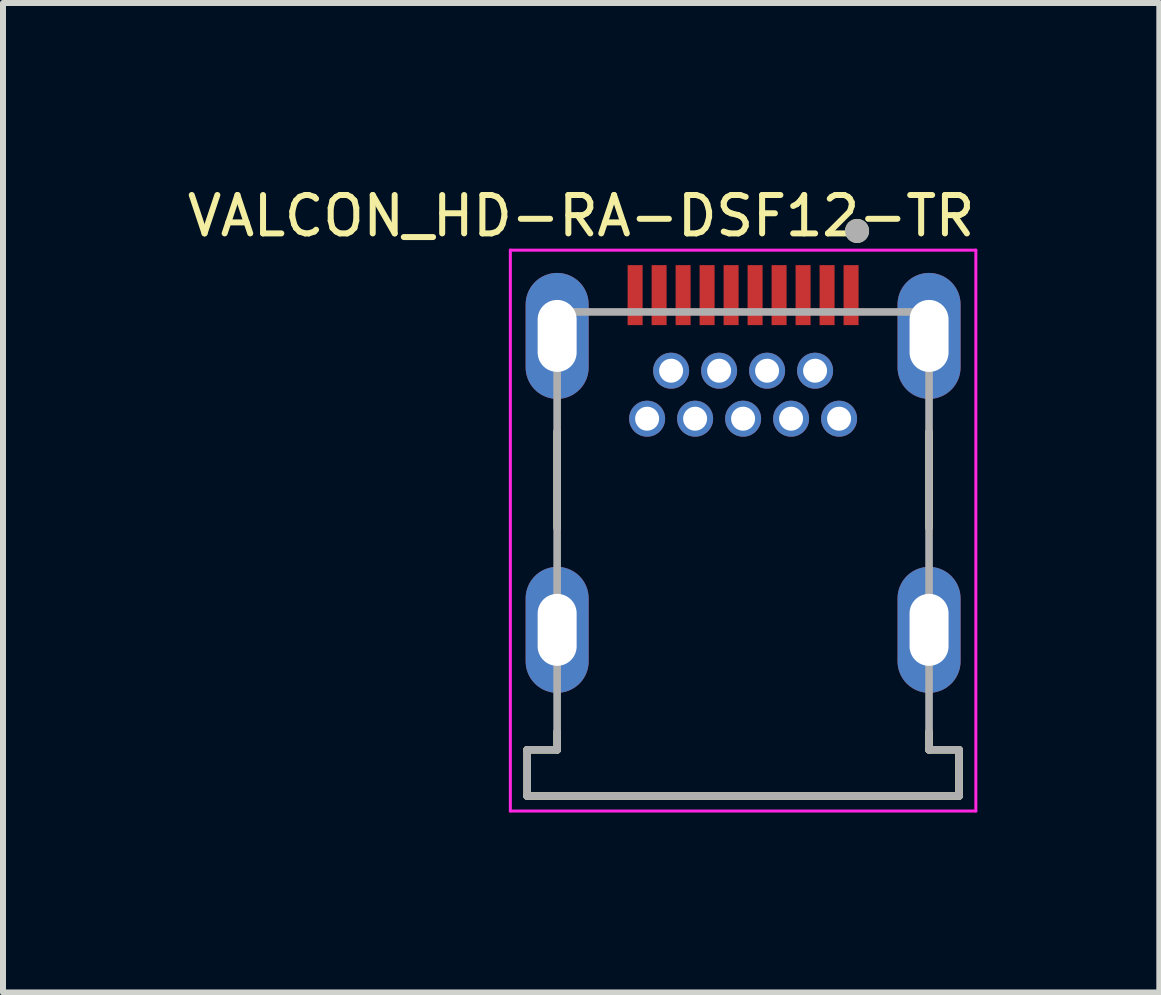
<source format=kicad_pcb>
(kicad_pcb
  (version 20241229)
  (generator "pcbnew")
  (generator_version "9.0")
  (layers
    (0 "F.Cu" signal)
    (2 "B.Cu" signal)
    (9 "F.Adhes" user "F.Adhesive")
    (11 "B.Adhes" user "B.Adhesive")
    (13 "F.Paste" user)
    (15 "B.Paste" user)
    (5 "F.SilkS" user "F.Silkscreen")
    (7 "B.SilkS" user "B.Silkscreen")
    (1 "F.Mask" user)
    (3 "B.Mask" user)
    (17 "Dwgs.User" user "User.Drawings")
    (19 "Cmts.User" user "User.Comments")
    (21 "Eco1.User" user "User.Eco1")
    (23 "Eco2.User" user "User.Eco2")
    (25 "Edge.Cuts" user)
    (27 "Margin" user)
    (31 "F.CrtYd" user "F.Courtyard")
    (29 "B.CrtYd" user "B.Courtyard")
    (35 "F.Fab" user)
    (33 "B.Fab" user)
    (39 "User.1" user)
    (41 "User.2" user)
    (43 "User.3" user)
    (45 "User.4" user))
  (footprint "VALCON_HD-RA-DSF12-TR"
    (layer "F.Cu")
    (at 9.338 7.45)
    (property "Reference" "VALCON_HD-RA-DSF12-TR" (at -2.7 -6.9 0) (layer "F.SilkS") (effects (font (size 0.64 0.64) (thickness 0.1))))
    (attr through_hole)
    (fp_line (start -3.6 2) (end -3.6 2.77) (stroke (width 0.127) (type solid)) (layer "F.SilkS"))
    (fp_line (start -3.6 2.77) (end 3.6 2.77) (stroke (width 0.127) (type solid)) (layer "F.SilkS"))
    (fp_line (start -3.1 -3.3) (end -3.1 -1.7) (stroke (width 0.127) (type solid)) (layer "F.SilkS"))
    (fp_line (start -3.1 1.7) (end -3.1 2) (stroke (width 0.127) (type solid)) (layer "F.SilkS"))
    (fp_line (start -3.1 2) (end -3.6 2) (stroke (width 0.127) (type solid)) (layer "F.SilkS"))
    (fp_line (start 3.1 -3.3) (end 3.1 -1.7) (stroke (width 0.127) (type solid)) (layer "F.SilkS"))
    (fp_line (start 3.1 2) (end 3.1 1.7) (stroke (width 0.127) (type solid)) (layer "F.SilkS"))
    (fp_line (start 3.6 2) (end 3.1 2) (stroke (width 0.127) (type solid)) (layer "F.SilkS"))
    (fp_line (start 3.6 2.77) (end 3.6 2) (stroke (width 0.127) (type solid)) (layer "F.SilkS"))
    (fp_circle (center 1.9 -6.65) (end 2 -6.65) (stroke (width 0.2) (type solid)) (fill no) (layer "F.SilkS"))
    (fp_line (start -3.88 -6.33) (end -3.88 3.02) (stroke (width 0.05) (type solid)) (layer "F.CrtYd"))
    (fp_line (start -3.88 3.02) (end 3.88 3.02) (stroke (width 0.05) (type solid)) (layer "F.CrtYd"))
    (fp_line (start 3.88 -6.33) (end -3.88 -6.33) (stroke (width 0.05) (type solid)) (layer "F.CrtYd"))
    (fp_line (start 3.88 3.02) (end 3.88 -6.33) (stroke (width 0.05) (type solid)) (layer "F.CrtYd"))
    (fp_line (start -3.6 2) (end -3.6 2.77) (stroke (width 0.127) (type solid)) (layer "F.Fab"))
    (fp_line (start -3.6 2.77) (end 3.6 2.77) (stroke (width 0.127) (type solid)) (layer "F.Fab"))
    (fp_line (start -3.1 -5.3) (end -3.1 2) (stroke (width 0.127) (type solid)) (layer "F.Fab"))
    (fp_line (start -3.1 2) (end -3.6 2) (stroke (width 0.127) (type solid)) (layer "F.Fab"))
    (fp_line (start 3.1 -5.3) (end -3.1 -5.3) (stroke (width 0.127) (type solid)) (layer "F.Fab"))
    (fp_line (start 3.1 2) (end 3.1 -5.3) (stroke (width 0.127) (type solid)) (layer "F.Fab"))
    (fp_line (start 3.6 2) (end 3.1 2) (stroke (width 0.127) (type solid)) (layer "F.Fab"))
    (fp_line (start 3.6 2.77) (end 3.6 2) (stroke (width 0.127) (type solid)) (layer "F.Fab"))
    (fp_circle (center 1.9 -6.65) (end 2 -6.65) (stroke (width 0.2) (type solid)) (fill no) (layer "F.Fab"))
    (pad "1" smd rect (at 1.8 -5.58) (size 0.25 1) (layers "F.Cu" "F.Mask" "F.Paste"))
    (pad "2" thru_hole circle (at 1.6 -3.52) (size 0.6 0.6) (drill 0.4) (layers "*.Cu" "*.Mask"))
    (pad "3" smd rect (at 1.4 -5.58) (size 0.25 1) (layers "F.Cu" "F.Mask" "F.Paste"))
    (pad "4" thru_hole circle (at 1.2 -4.32) (size 0.6 0.6) (drill 0.4) (layers "*.Cu" "*.Mask"))
    (pad "5" smd rect (at 1 -5.58) (size 0.25 1) (layers "F.Cu" "F.Mask" "F.Paste"))
    (pad "6" thru_hole circle (at 0.8 -3.52) (size 0.6 0.6) (drill 0.4) (layers "*.Cu" "*.Mask"))
    (pad "7" smd rect (at 0.6 -5.58) (size 0.25 1) (layers "F.Cu" "F.Mask" "F.Paste"))
    (pad "8" thru_hole circle (at 0.4 -4.32) (size 0.6 0.6) (drill 0.4) (layers "*.Cu" "*.Mask"))
    (pad "9" smd rect (at 0.2 -5.58) (size 0.25 1) (layers "F.Cu" "F.Mask" "F.Paste"))
    (pad "10" thru_hole circle (at 0 -3.52) (size 0.6 0.6) (drill 0.4) (layers "*.Cu" "*.Mask"))
    (pad "11" smd rect (at -0.2 -5.58) (size 0.25 1) (layers "F.Cu" "F.Mask" "F.Paste"))
    (pad "12" thru_hole circle (at -0.4 -4.32) (size 0.6 0.6) (drill 0.4) (layers "*.Cu" "*.Mask"))
    (pad "13" smd rect (at -0.6 -5.58) (size 0.25 1) (layers "F.Cu" "F.Mask" "F.Paste"))
    (pad "14" thru_hole circle (at -0.8 -3.52) (size 0.6 0.6) (drill 0.4) (layers "*.Cu" "*.Mask"))
    (pad "15" smd rect (at -1 -5.58) (size 0.25 1) (layers "F.Cu" "F.Mask" "F.Paste"))
    (pad "16" thru_hole circle (at -1.2 -4.32) (size 0.6 0.6) (drill 0.4) (layers "*.Cu" "*.Mask"))
    (pad "17" smd rect (at -1.4 -5.58) (size 0.25 1) (layers "F.Cu" "F.Mask" "F.Paste"))
    (pad "18" thru_hole circle (at -1.6 -3.52) (size 0.6 0.6) (drill 0.4) (layers "*.Cu" "*.Mask"))
    (pad "19" smd rect (at -1.8 -5.58) (size 0.25 1) (layers "F.Cu" "F.Mask" "F.Paste"))
    (pad "SH" thru_hole oval (at -3.1 -4.9) (size 1.05 2.1) (drill oval 0.65 1.2) (layers "*.Cu" "*.Mask"))
    (pad "SH" thru_hole oval (at -3.1 0) (size 1.05 2.1) (drill oval 0.65 1.2) (layers "*.Cu" "*.Mask"))
    (pad "SH" thru_hole oval (at 3.1 -4.9) (size 1.05 2.1) (drill oval 0.65 1.2) (layers "*.Cu" "*.Mask"))
    (pad "SH" thru_hole oval (at 3.1 0) (size 1.05 2.1) (drill oval 0.65 1.2) (layers "*.Cu" "*.Mask")))
  (gr_rect
    (start -3 -3)
    (end 16.277 13.495)
    (stroke (width 0.1) (type default))
    (fill no)
    (layer "Edge.Cuts")))
</source>
